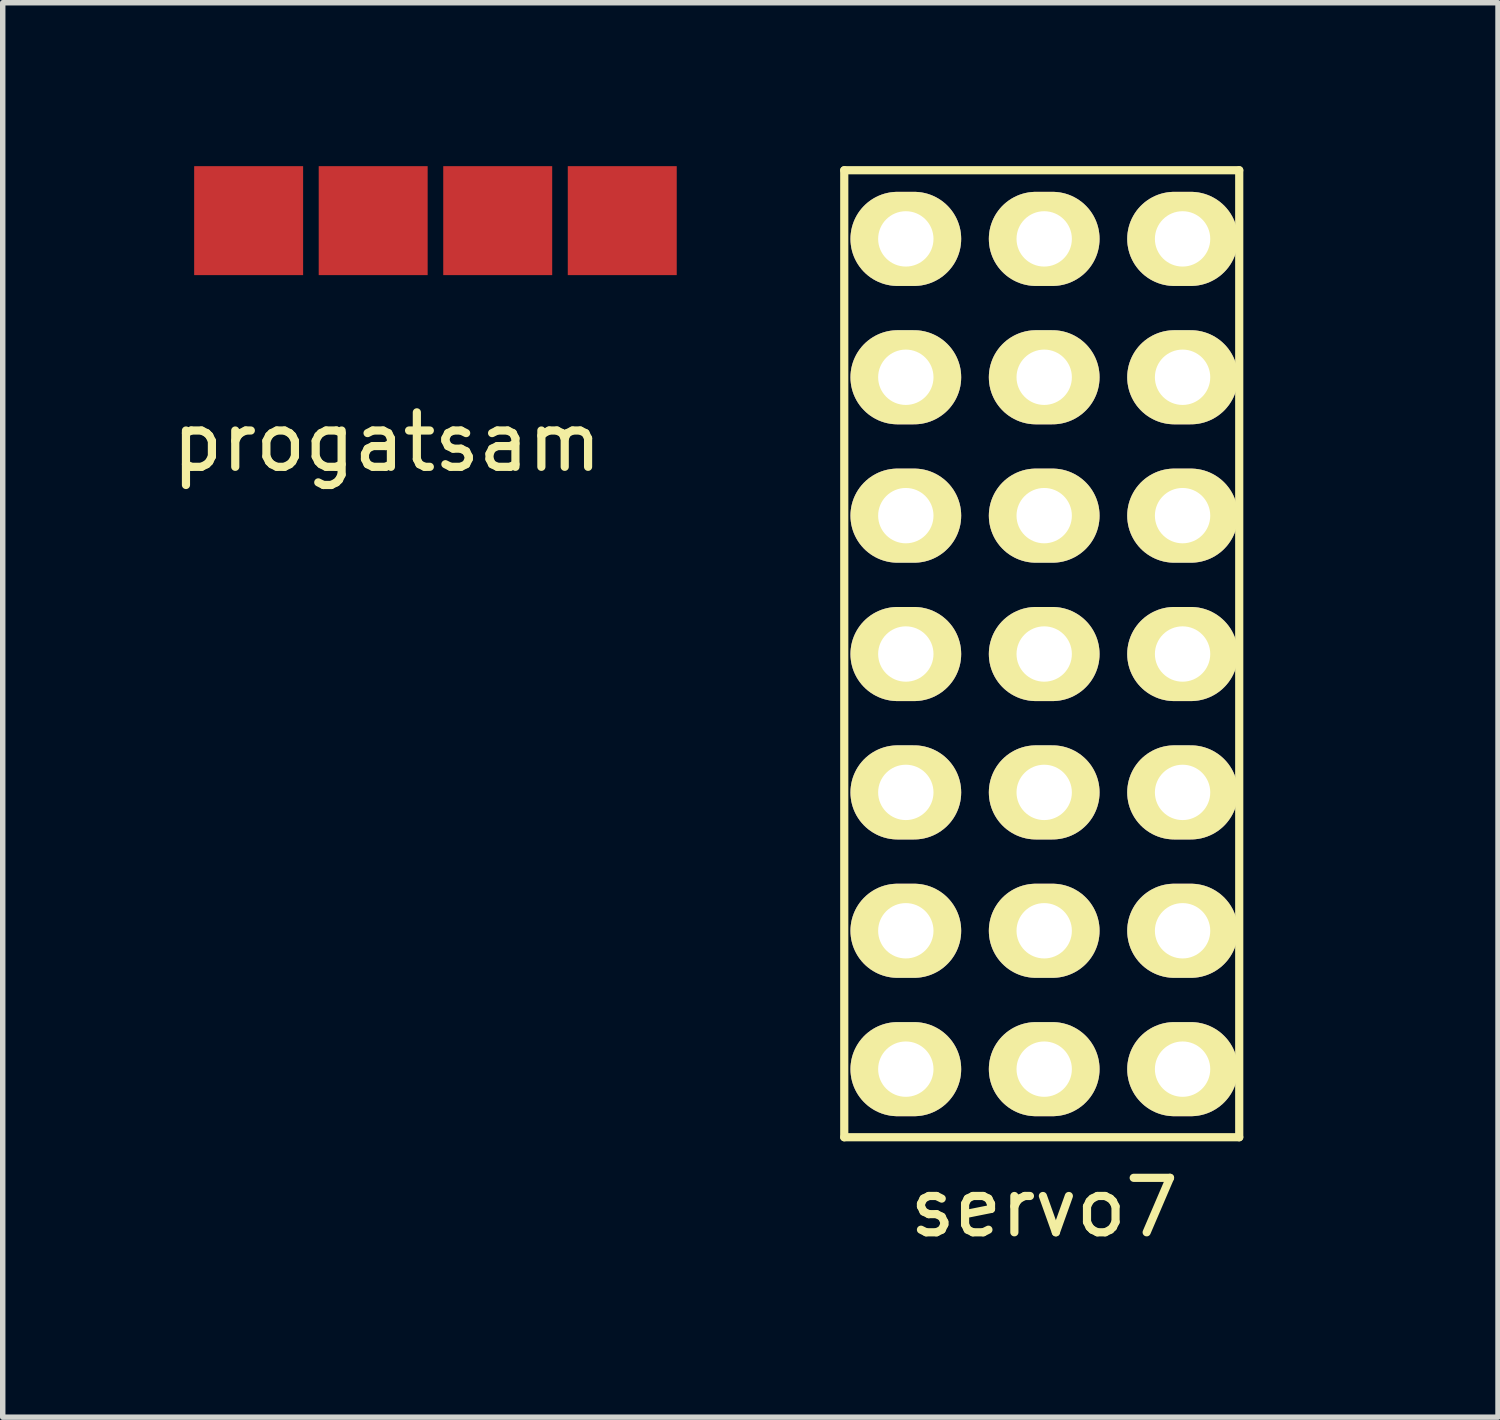
<source format=kicad_pcb>
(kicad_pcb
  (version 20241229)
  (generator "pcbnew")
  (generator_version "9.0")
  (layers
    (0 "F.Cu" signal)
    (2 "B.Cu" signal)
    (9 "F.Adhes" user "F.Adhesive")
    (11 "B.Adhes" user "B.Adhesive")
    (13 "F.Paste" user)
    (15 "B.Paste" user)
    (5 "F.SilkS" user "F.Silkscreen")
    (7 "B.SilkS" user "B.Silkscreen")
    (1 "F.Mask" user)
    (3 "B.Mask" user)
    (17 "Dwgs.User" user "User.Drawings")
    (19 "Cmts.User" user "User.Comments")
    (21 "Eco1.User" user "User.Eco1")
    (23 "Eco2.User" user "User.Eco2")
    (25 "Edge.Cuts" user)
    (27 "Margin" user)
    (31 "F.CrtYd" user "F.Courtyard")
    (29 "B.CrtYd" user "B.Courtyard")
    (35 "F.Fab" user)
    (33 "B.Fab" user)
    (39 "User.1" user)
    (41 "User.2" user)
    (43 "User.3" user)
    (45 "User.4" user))
  (footprint "progatsam"
    (layer "F.Cu")
    (at 4.054 1)
    (property "Reference" "progatsam" (at 0 4.064 0) (layer "F.SilkS") (effects (font (size 1 1) (thickness 0.15))))
    (attr through_hole)
    (pad "1" smd rect (at -2.54 0) (size 2 2) (layers "F.Cu" "F.Mask" "F.Paste"))
    (pad "2" smd rect (at -0.254 0) (size 2 2) (layers "F.Cu" "F.Mask" "F.Paste"))
    (pad "3" smd rect (at 2.032 0) (size 2 2) (layers "F.Cu" "F.Mask" "F.Paste"))
    (pad "4" smd rect (at 4.318 0) (size 2 2) (layers "F.Cu" "F.Mask" "F.Paste")))
  (footprint "servo7"
    (layer "F.Cu")
    (at 21.197 16.575)
    (property "Reference" "servo7" (at -5.08 2.54 0) (layer "F.SilkS") (effects (font (size 1 1) (thickness 0.15))))
    (attr through_hole)
    (fp_line (start -8.75 -16.5) (end -1.5 -16.5) (stroke (width 0.15) (type solid)) (layer "F.SilkS"))
    (fp_line (start -8.75 1.25) (end -8.75 -16.5) (stroke (width 0.15) (type solid)) (layer "F.SilkS"))
    (fp_line (start -1.5 -16.5) (end -1.5 1.25) (stroke (width 0.15) (type solid)) (layer "F.SilkS"))
    (fp_line (start -1.5 1.25) (end -8.75 1.25) (stroke (width 0.15) (type solid)) (layer "F.SilkS"))
    (pad "1" thru_hole oval (at -7.62 -15.24) (size 2.032 1.727) (drill 1.016) (layers "*.Cu" "*.Mask" "F.SilkS"))
    (pad "2" thru_hole oval (at -7.62 -12.7) (size 2.032 1.727) (drill 1.016) (layers "*.Cu" "*.Mask" "F.SilkS"))
    (pad "3" thru_hole oval (at -7.62 -10.16) (size 2.032 1.727) (drill 1.016) (layers "*.Cu" "*.Mask" "F.SilkS"))
    (pad "4" thru_hole oval (at -7.62 -7.62) (size 2.032 1.727) (drill 1.016) (layers "*.Cu" "*.Mask" "F.SilkS"))
    (pad "5" thru_hole oval (at -7.62 -5.08) (size 2.032 1.727) (drill 1.016) (layers "*.Cu" "*.Mask" "F.SilkS"))
    (pad "6" thru_hole oval (at -7.62 -2.54) (size 2.032 1.727) (drill 1.016) (layers "*.Cu" "*.Mask" "F.SilkS"))
    (pad "7" thru_hole oval (at -7.62 0) (size 2.032 1.727) (drill 1.016) (layers "*.Cu" "*.Mask" "F.SilkS"))
    (pad "8" thru_hole oval (at -5.08 0) (size 2.032 1.727) (drill 1.016) (layers "*.Cu" "*.Mask" "F.SilkS"))
    (pad "9" thru_hole oval (at -5.08 -2.54) (size 2.032 1.727) (drill 1.016) (layers "*.Cu" "*.Mask" "F.SilkS"))
    (pad "10" thru_hole oval (at -5.08 -5.08) (size 2.032 1.727) (drill 1.016) (layers "*.Cu" "*.Mask" "F.SilkS"))
    (pad "11" thru_hole oval (at -5.08 -7.62) (size 2.032 1.727) (drill 1.016) (layers "*.Cu" "*.Mask" "F.SilkS"))
    (pad "12" thru_hole oval (at -5.08 -10.16) (size 2.032 1.727) (drill 1.016) (layers "*.Cu" "*.Mask" "F.SilkS"))
    (pad "13" thru_hole oval (at -5.08 -12.7) (size 2.032 1.727) (drill 1.016) (layers "*.Cu" "*.Mask" "F.SilkS"))
    (pad "14" thru_hole oval (at -5.08 -15.24) (size 2.032 1.727) (drill 1.016) (layers "*.Cu" "*.Mask" "F.SilkS"))
    (pad "15" thru_hole oval (at -2.54 -15.24) (size 2.032 1.727) (drill 1.016) (layers "*.Cu" "*.Mask" "F.SilkS"))
    (pad "16" thru_hole oval (at -2.54 -12.7) (size 2.032 1.727) (drill 1.016) (layers "*.Cu" "*.Mask" "F.SilkS"))
    (pad "17" thru_hole oval (at -2.54 -10.16) (size 2.032 1.727) (drill 1.016) (layers "*.Cu" "*.Mask" "F.SilkS"))
    (pad "18" thru_hole oval (at -2.54 -7.62) (size 2.032 1.727) (drill 1.016) (layers "*.Cu" "*.Mask" "F.SilkS"))
    (pad "19" thru_hole oval (at -2.54 -5.08) (size 2.032 1.727) (drill 1.016) (layers "*.Cu" "*.Mask" "F.SilkS"))
    (pad "20" thru_hole oval (at -2.54 -2.54) (size 2.032 1.727) (drill 1.016) (layers "*.Cu" "*.Mask" "F.SilkS"))
    (pad "21" thru_hole oval (at -2.54 0) (size 2.032 1.727) (drill 1.016) (layers "*.Cu" "*.Mask" "F.SilkS")))
  (gr_rect
    (start -3 -3)
    (end 24.447 22.963)
    (stroke (width 0.1) (type default))
    (fill no)
    (layer "Edge.Cuts")))
</source>
